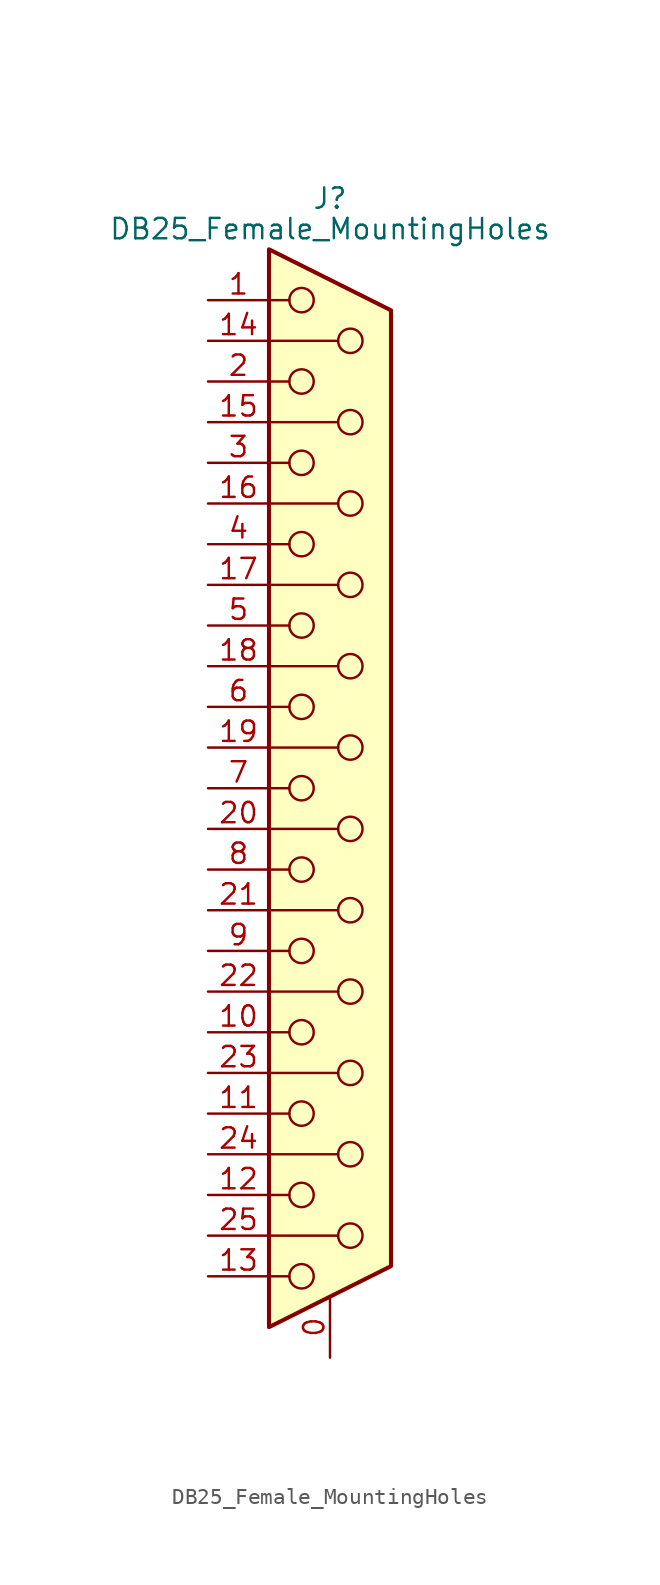
<source format=kicad_sym>
(kicad_symbol_lib
  (version 20220914)
  (generator kicad_symbol_editor)
  (symbol "DB25_Female_MountingHoles"
    (pin_names
      (offset 1.016) hide)
    (property "Reference" "J"
      (at 0 36.83 0)
      (effects (font (size 1.27 1.27))))
    (property "Value" "DB25_Female_MountingHoles"
      (at 0 34.925 0)
      (effects (font (size 1.27 1.27))))
    (symbol "DB25_Female_MountingHoles_0_1"
      (circle (center -1.778 -30.48) (radius 0.762) (stroke (width 0) (type solid)) (fill (type none)))
      (circle (center -1.778 -25.4) (radius 0.762) (stroke (width 0) (type solid)) (fill (type none)))
      (circle (center -1.778 -20.32) (radius 0.762) (stroke (width 0) (type solid)) (fill (type none)))
      (circle (center -1.778 -15.24) (radius 0.762) (stroke (width 0) (type solid)) (fill (type none)))
      (circle (center -1.778 -10.16) (radius 0.762) (stroke (width 0) (type solid)) (fill (type none)))
      (circle (center -1.778 -5.08) (radius 0.762) (stroke (width 0) (type solid)) (fill (type none)))
      (circle (center -1.778 0) (radius 0.762) (stroke (width 0) (type solid)) (fill (type none)))
      (circle (center -1.778 5.08) (radius 0.762) (stroke (width 0) (type solid)) (fill (type none)))
      (circle (center -1.778 10.16) (radius 0.762) (stroke (width 0) (type solid)) (fill (type none)))
      (circle (center -1.778 15.24) (radius 0.762) (stroke (width 0) (type solid)) (fill (type none)))
      (circle (center -1.778 20.32) (radius 0.762) (stroke (width 0) (type solid)) (fill (type none)))
      (circle (center -1.778 25.4) (radius 0.762) (stroke (width 0) (type solid)) (fill (type none)))
      (circle (center -1.778 30.48) (radius 0.762) (stroke (width 0) (type solid)) (fill (type none)))
      (polyline (pts (xy -3.81 -30.48) (xy -2.54 -30.48)) (stroke (width 0) (type solid)) (fill (type none)))
      (polyline (pts (xy -3.81 -27.94) (xy 0.508 -27.94)) (stroke (width 0) (type solid)) (fill (type none)))
      (polyline (pts (xy -3.81 -25.4) (xy -2.54 -25.4)) (stroke (width 0) (type solid)) (fill (type none)))
      (polyline (pts (xy -3.81 -22.86) (xy 0.508 -22.86)) (stroke (width 0) (type solid)) (fill (type none)))
      (polyline (pts (xy -3.81 -20.32) (xy -2.54 -20.32)) (stroke (width 0) (type solid)) (fill (type none)))
      (polyline (pts (xy -3.81 -17.78) (xy 0.508 -17.78)) (stroke (width 0) (type solid)) (fill (type none)))
      (polyline (pts (xy -3.81 -15.24) (xy -2.54 -15.24)) (stroke (width 0) (type solid)) (fill (type none)))
      (polyline (pts (xy -3.81 -12.7) (xy 0.508 -12.7)) (stroke (width 0) (type solid)) (fill (type none)))
      (polyline (pts (xy -3.81 -10.16) (xy -2.54 -10.16)) (stroke (width 0) (type solid)) (fill (type none)))
      (polyline (pts (xy -3.81 -7.62) (xy 0.508 -7.62)) (stroke (width 0) (type solid)) (fill (type none)))
      (polyline (pts (xy -3.81 -5.08) (xy -2.54 -5.08)) (stroke (width 0) (type solid)) (fill (type none)))
      (polyline (pts (xy -3.81 -2.54) (xy 0.508 -2.54)) (stroke (width 0) (type solid)) (fill (type none)))
      (polyline (pts (xy -3.81 0) (xy -2.54 0)) (stroke (width 0) (type solid)) (fill (type none)))
      (polyline (pts (xy -3.81 2.54) (xy 0.508 2.54)) (stroke (width 0) (type solid)) (fill (type none)))
      (polyline (pts (xy -3.81 5.08) (xy -2.54 5.08)) (stroke (width 0) (type solid)) (fill (type none)))
      (polyline (pts (xy -3.81 7.62) (xy 0.508 7.62)) (stroke (width 0) (type solid)) (fill (type none)))
      (polyline (pts (xy -3.81 10.16) (xy -2.54 10.16)) (stroke (width 0) (type solid)) (fill (type none)))
      (polyline (pts (xy -3.81 12.7) (xy 0.508 12.7)) (stroke (width 0) (type solid)) (fill (type none)))
      (polyline (pts (xy -3.81 15.24) (xy -2.54 15.24)) (stroke (width 0) (type solid)) (fill (type none)))
      (polyline (pts (xy -3.81 17.78) (xy 0.508 17.78)) (stroke (width 0) (type solid)) (fill (type none)))
      (polyline (pts (xy -3.81 20.32) (xy -2.54 20.32)) (stroke (width 0) (type solid)) (fill (type none)))
      (polyline (pts (xy -3.81 22.86) (xy 0.508 22.86)) (stroke (width 0) (type solid)) (fill (type none)))
      (polyline (pts (xy -3.81 25.4) (xy -2.54 25.4)) (stroke (width 0) (type solid)) (fill (type none)))
      (polyline (pts (xy -3.81 27.94) (xy 0.508 27.94)) (stroke (width 0) (type solid)) (fill (type none)))
      (polyline (pts (xy -3.81 30.48) (xy -2.54 30.48)) (stroke (width 0) (type solid)) (fill (type none)))
      (polyline (pts (xy -3.81 33.655) (xy 3.81 29.845) (xy 3.81 -29.845) (xy -3.81 -33.655) (xy -3.81 33.655)) (stroke (width 0.254) (type solid)) (fill (type background)))
      (circle (center 1.27 -27.94) (radius 0.762) (stroke (width 0) (type solid)) (fill (type none)))
      (circle (center 1.27 -22.86) (radius 0.762) (stroke (width 0) (type solid)) (fill (type none)))
      (circle (center 1.27 -17.78) (radius 0.762) (stroke (width 0) (type solid)) (fill (type none)))
      (circle (center 1.27 -12.7) (radius 0.762) (stroke (width 0) (type solid)) (fill (type none)))
      (circle (center 1.27 -7.62) (radius 0.762) (stroke (width 0) (type solid)) (fill (type none)))
      (circle (center 1.27 -2.54) (radius 0.762) (stroke (width 0) (type solid)) (fill (type none)))
      (circle (center 1.27 2.54) (radius 0.762) (stroke (width 0) (type solid)) (fill (type none)))
      (circle (center 1.27 7.62) (radius 0.762) (stroke (width 0) (type solid)) (fill (type none)))
      (circle (center 1.27 12.7) (radius 0.762) (stroke (width 0) (type solid)) (fill (type none)))
      (circle (center 1.27 17.78) (radius 0.762) (stroke (width 0) (type solid)) (fill (type none)))
      (circle (center 1.27 22.86) (radius 0.762) (stroke (width 0) (type solid)) (fill (type none)))
      (circle (center 1.27 27.94) (radius 0.762) (stroke (width 0) (type solid)) (fill (type none))))
    (symbol "DB25_Female_MountingHoles_1_1"
      (pin passive line (at 0 -35.56 90) (length 3.81) (name "PAD" (effects (font (size 1.27 1.27)))) (number "0" (effects (font (size 1.27 1.27)))))
      (pin passive line (at -7.62 30.48 0) (length 3.81) (name "1" (effects (font (size 1.27 1.27)))) (number "1" (effects (font (size 1.27 1.27)))))
      (pin passive line (at -7.62 -15.24 0) (length 3.81) (name "10" (effects (font (size 1.27 1.27)))) (number "10" (effects (font (size 1.27 1.27)))))
      (pin passive line (at -7.62 -20.32 0) (length 3.81) (name "11" (effects (font (size 1.27 1.27)))) (number "11" (effects (font (size 1.27 1.27)))))
      (pin passive line (at -7.62 -25.4 0) (length 3.81) (name "12" (effects (font (size 1.27 1.27)))) (number "12" (effects (font (size 1.27 1.27)))))
      (pin passive line (at -7.62 -30.48 0) (length 3.81) (name "13" (effects (font (size 1.27 1.27)))) (number "13" (effects (font (size 1.27 1.27)))))
      (pin passive line (at -7.62 27.94 0) (length 3.81) (name "P14" (effects (font (size 1.27 1.27)))) (number "14" (effects (font (size 1.27 1.27)))))
      (pin passive line (at -7.62 22.86 0) (length 3.81) (name "P15" (effects (font (size 1.27 1.27)))) (number "15" (effects (font (size 1.27 1.27)))))
      (pin passive line (at -7.62 17.78 0) (length 3.81) (name "P16" (effects (font (size 1.27 1.27)))) (number "16" (effects (font (size 1.27 1.27)))))
      (pin passive line (at -7.62 12.7 0) (length 3.81) (name "P17" (effects (font (size 1.27 1.27)))) (number "17" (effects (font (size 1.27 1.27)))))
      (pin passive line (at -7.62 7.62 0) (length 3.81) (name "P18" (effects (font (size 1.27 1.27)))) (number "18" (effects (font (size 1.27 1.27)))))
      (pin passive line (at -7.62 2.54 0) (length 3.81) (name "P19" (effects (font (size 1.27 1.27)))) (number "19" (effects (font (size 1.27 1.27)))))
      (pin passive line (at -7.62 25.4 0) (length 3.81) (name "2" (effects (font (size 1.27 1.27)))) (number "2" (effects (font (size 1.27 1.27)))))
      (pin passive line (at -7.62 -2.54 0) (length 3.81) (name "P20" (effects (font (size 1.27 1.27)))) (number "20" (effects (font (size 1.27 1.27)))))
      (pin passive line (at -7.62 -7.62 0) (length 3.81) (name "P21" (effects (font (size 1.27 1.27)))) (number "21" (effects (font (size 1.27 1.27)))))
      (pin passive line (at -7.62 -12.7 0) (length 3.81) (name "P22" (effects (font (size 1.27 1.27)))) (number "22" (effects (font (size 1.27 1.27)))))
      (pin passive line (at -7.62 -17.78 0) (length 3.81) (name "P23" (effects (font (size 1.27 1.27)))) (number "23" (effects (font (size 1.27 1.27)))))
      (pin passive line (at -7.62 -22.86 0) (length 3.81) (name "P24" (effects (font (size 1.27 1.27)))) (number "24" (effects (font (size 1.27 1.27)))))
      (pin passive line (at -7.62 -27.94 0) (length 3.81) (name "P25" (effects (font (size 1.27 1.27)))) (number "25" (effects (font (size 1.27 1.27)))))
      (pin passive line (at -7.62 20.32 0) (length 3.81) (name "3" (effects (font (size 1.27 1.27)))) (number "3" (effects (font (size 1.27 1.27)))))
      (pin passive line (at -7.62 15.24 0) (length 3.81) (name "4" (effects (font (size 1.27 1.27)))) (number "4" (effects (font (size 1.27 1.27)))))
      (pin passive line (at -7.62 10.16 0) (length 3.81) (name "5" (effects (font (size 1.27 1.27)))) (number "5" (effects (font (size 1.27 1.27)))))
      (pin passive line (at -7.62 5.08 0) (length 3.81) (name "6" (effects (font (size 1.27 1.27)))) (number "6" (effects (font (size 1.27 1.27)))))
      (pin passive line (at -7.62 0 0) (length 3.81) (name "7" (effects (font (size 1.27 1.27)))) (number "7" (effects (font (size 1.27 1.27)))))
      (pin passive line (at -7.62 -5.08 0) (length 3.81) (name "8" (effects (font (size 1.27 1.27)))) (number "8" (effects (font (size 1.27 1.27)))))
      (pin passive line (at -7.62 -10.16 0) (length 3.81) (name "9" (effects (font (size 1.27 1.27)))) (number "9" (effects (font (size 1.27 1.27))))))))
</source>
